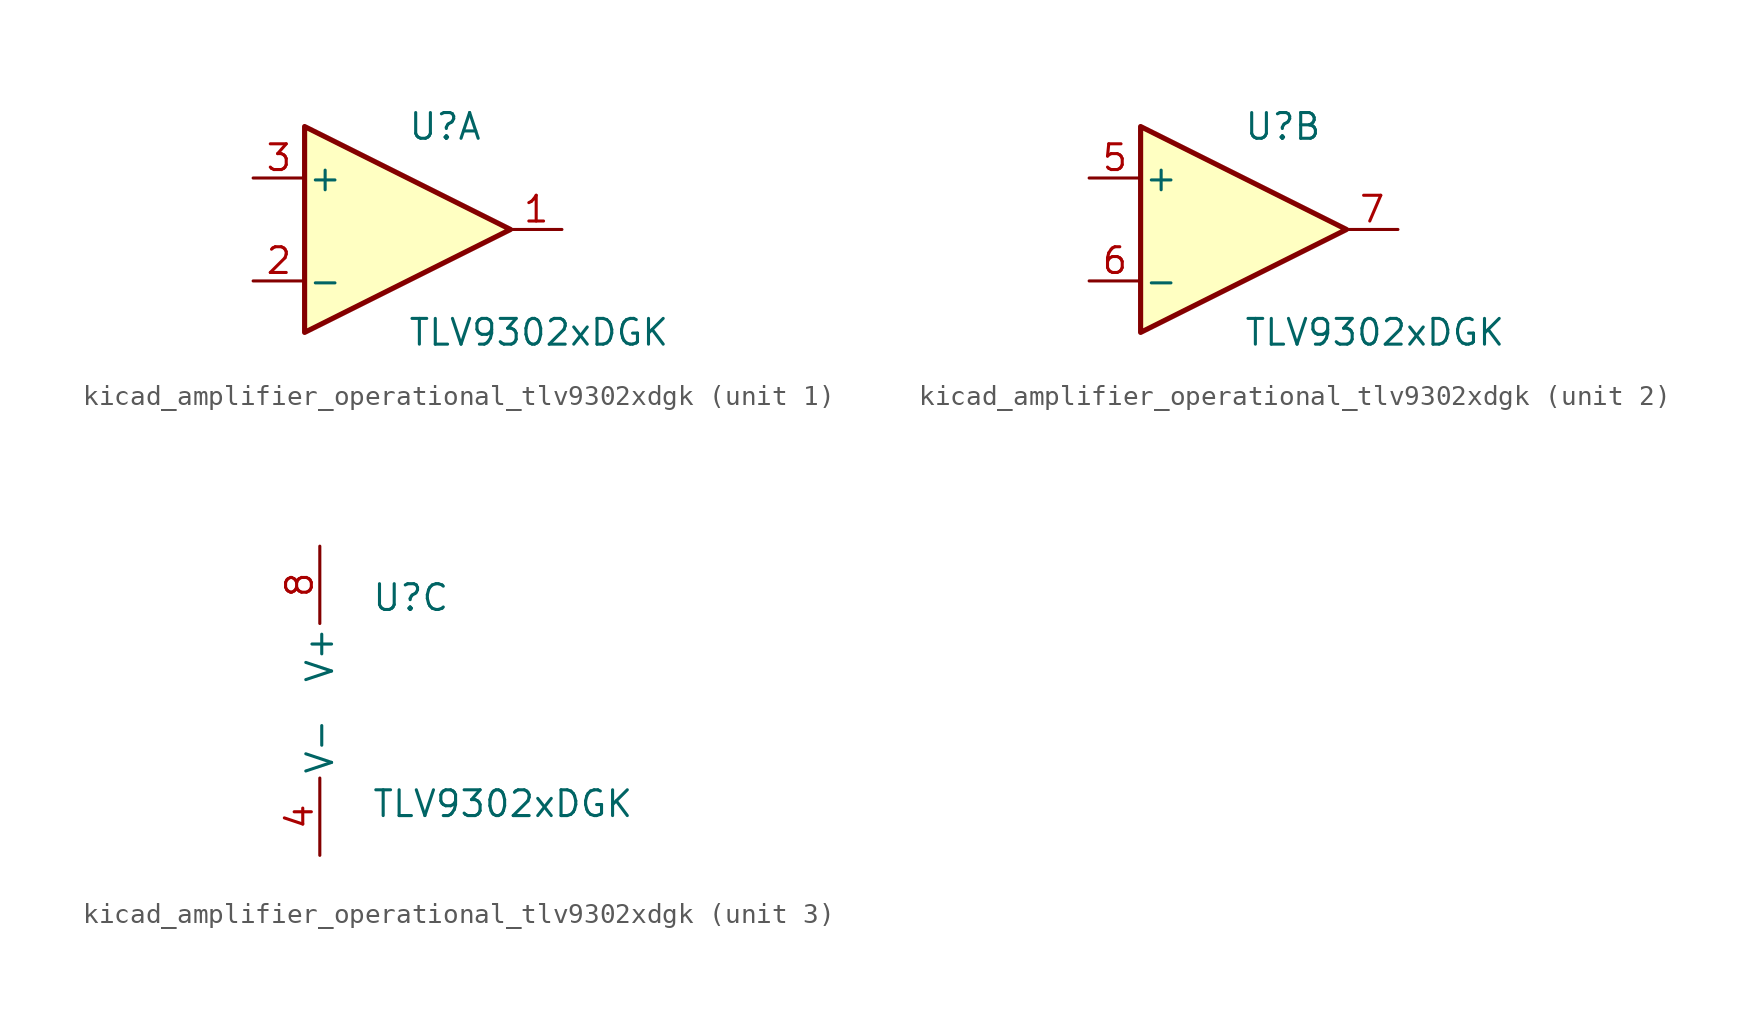
<source format=kicad_sym>
(kicad_symbol_lib
  (version 20220914)
  (generator kicad_symbol_editor)
  (symbol "kicad_amplifier_operational_tlv9302xdgk"
    (pin_names
      (offset 0.127))
    (property "Reference" "U"
      (at 0 5.08 0)
      (effects (font (size 1.27 1.27)) (justify left)))
    (property "Value" "TLV9302xDGK"
      (at 0 -5.08 0)
      (effects (font (size 1.27 1.27)) (justify left)))
    (property "ki_locked" ""
      (at 0 0 0)
      (effects (font (size 1.27 1.27))))
    (symbol "kicad_amplifier_operational_tlv9302xdgk_1_1"
      (polyline (pts (xy -5.08 5.08) (xy 5.08 0) (xy -5.08 -5.08) (xy -5.08 5.08)) (stroke (width 0.254) (type default)) (fill (type background)))
      (pin output line (at 7.62 0 180) (length 2.54) (name "~" (effects (font (size 1.27 1.27)))) (number "1" (effects (font (size 1.27 1.27)))))
      (pin input line (at -7.62 -2.54 0) (length 2.54) (name "-" (effects (font (size 1.27 1.27)))) (number "2" (effects (font (size 1.27 1.27)))))
      (pin input line (at -7.62 2.54 0) (length 2.54) (name "+" (effects (font (size 1.27 1.27)))) (number "3" (effects (font (size 1.27 1.27))))))
    (symbol "kicad_amplifier_operational_tlv9302xdgk_2_1"
      (polyline (pts (xy -5.08 5.08) (xy 5.08 0) (xy -5.08 -5.08) (xy -5.08 5.08)) (stroke (width 0.254) (type default)) (fill (type background)))
      (pin input line (at -7.62 2.54 0) (length 2.54) (name "+" (effects (font (size 1.27 1.27)))) (number "5" (effects (font (size 1.27 1.27)))))
      (pin input line (at -7.62 -2.54 0) (length 2.54) (name "-" (effects (font (size 1.27 1.27)))) (number "6" (effects (font (size 1.27 1.27)))))
      (pin output line (at 7.62 0 180) (length 2.54) (name "~" (effects (font (size 1.27 1.27)))) (number "7" (effects (font (size 1.27 1.27))))))
    (symbol "kicad_amplifier_operational_tlv9302xdgk_3_1"
      (pin power_in line (at -2.54 -7.62 90) (length 3.81) (name "V-" (effects (font (size 1.27 1.27)))) (number "4" (effects (font (size 1.27 1.27)))))
      (pin power_in line (at -2.54 7.62 270) (length 3.81) (name "V+" (effects (font (size 1.27 1.27)))) (number "8" (effects (font (size 1.27 1.27))))))))
</source>
